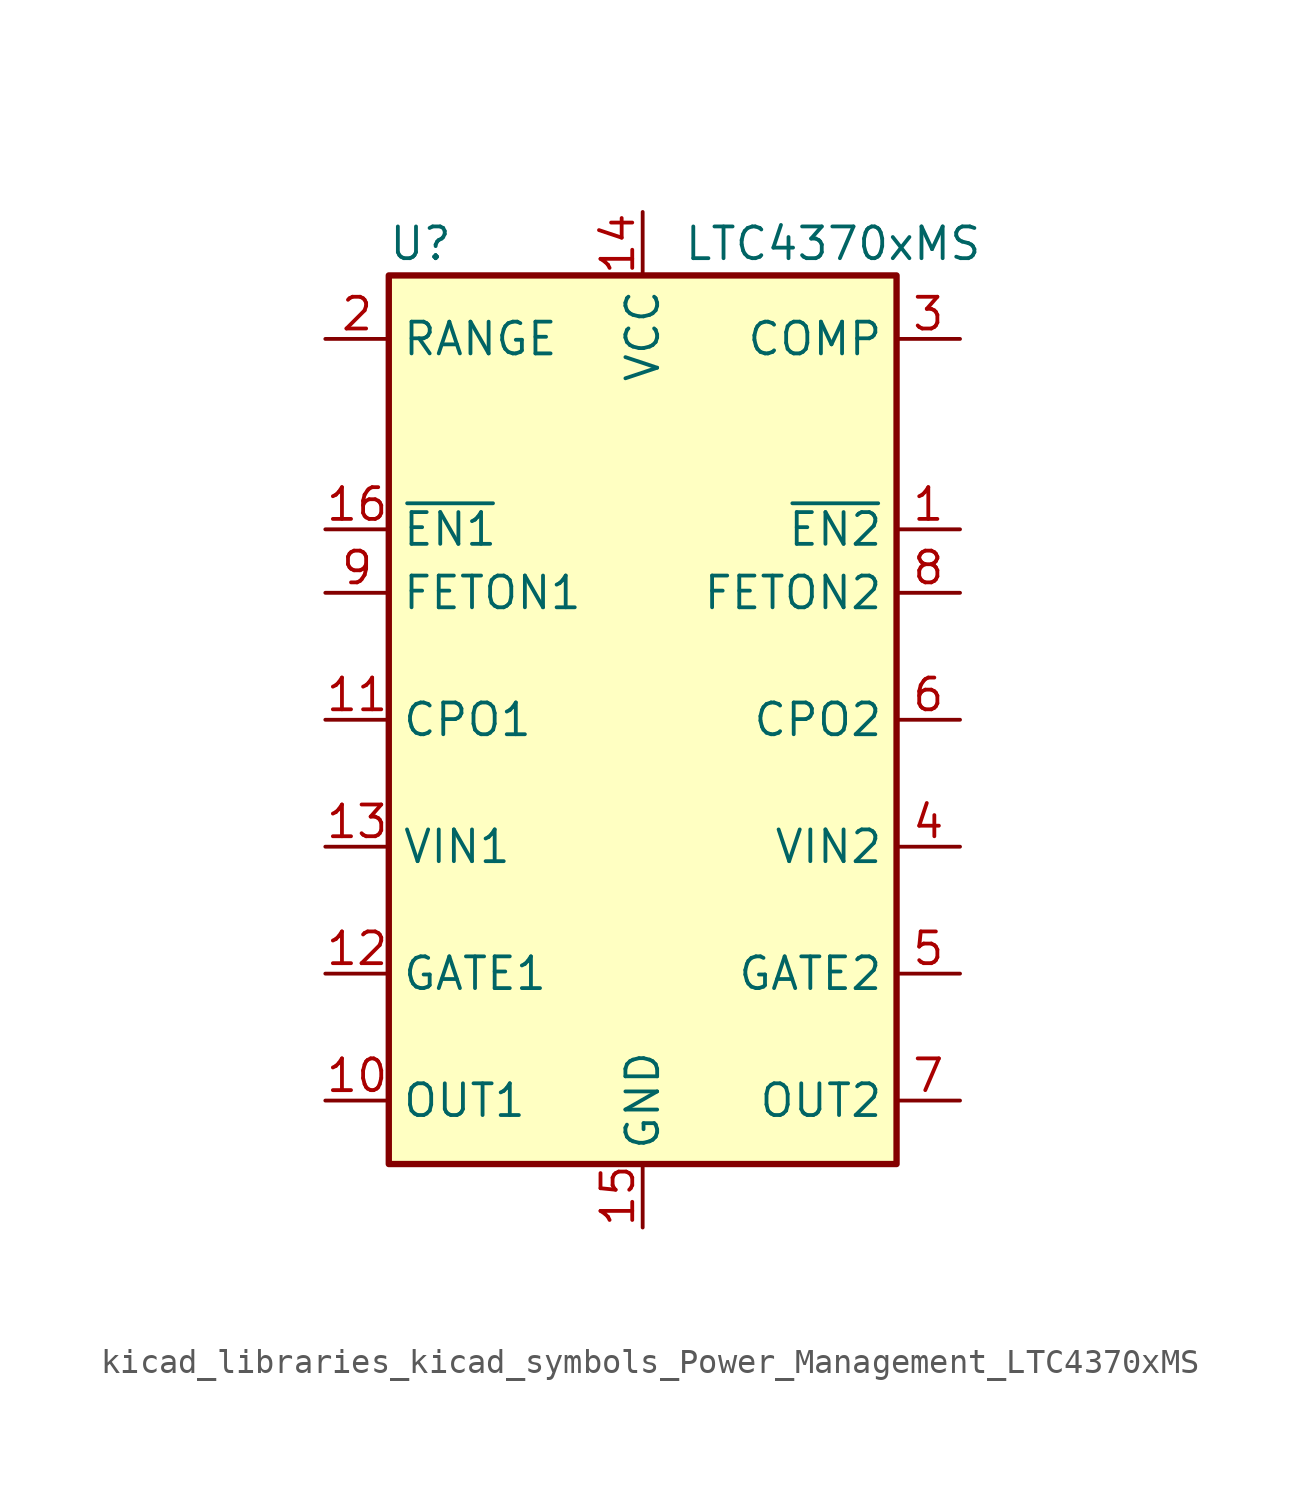
<source format=kicad_sym>
(kicad_symbol_lib
  (version 20220914)
  (generator kicad_symbol_editor)
  (symbol "kicad_libraries_kicad_symbols_Power_Management_LTC4370xMS"
    (property "Reference" "U"
      (at -8.89 19.05 0)
      (effects (font (size 1.27 1.27))))
    (property "Value" "LTC4370xMS"
      (at 7.62 19.05 0)
      (effects (font (size 1.27 1.27))))
    (symbol "kicad_libraries_kicad_symbols_Power_Management_LTC4370xMS_1_1"
      (rectangle (start -10.16 17.78) (end 10.16 -17.78) (stroke (width 0.254) (type default)) (fill (type background)))
      (pin input line (at 12.7 7.62 180) (length 2.54) (name "~{EN2}" (effects (font (size 1.27 1.27)))) (number "1" (effects (font (size 1.27 1.27)))))
      (pin input line (at -12.7 -15.24 0) (length 2.54) (name "OUT1" (effects (font (size 1.27 1.27)))) (number "10" (effects (font (size 1.27 1.27)))))
      (pin passive line (at -12.7 0 0) (length 2.54) (name "CPO1" (effects (font (size 1.27 1.27)))) (number "11" (effects (font (size 1.27 1.27)))))
      (pin output line (at -12.7 -10.16 0) (length 2.54) (name "GATE1" (effects (font (size 1.27 1.27)))) (number "12" (effects (font (size 1.27 1.27)))))
      (pin power_in line (at -12.7 -5.08 0) (length 2.54) (name "VIN1" (effects (font (size 1.27 1.27)))) (number "13" (effects (font (size 1.27 1.27)))))
      (pin power_in line (at 0 20.32 270) (length 2.54) (name "VCC" (effects (font (size 1.27 1.27)))) (number "14" (effects (font (size 1.27 1.27)))))
      (pin power_in line (at 0 -20.32 90) (length 2.54) (name "GND" (effects (font (size 1.27 1.27)))) (number "15" (effects (font (size 1.27 1.27)))))
      (pin input line (at -12.7 7.62 0) (length 2.54) (name "~{EN1}" (effects (font (size 1.27 1.27)))) (number "16" (effects (font (size 1.27 1.27)))))
      (pin passive line (at -12.7 15.24 0) (length 2.54) (name "RANGE" (effects (font (size 1.27 1.27)))) (number "2" (effects (font (size 1.27 1.27)))))
      (pin passive line (at 12.7 15.24 180) (length 2.54) (name "COMP" (effects (font (size 1.27 1.27)))) (number "3" (effects (font (size 1.27 1.27)))))
      (pin power_in line (at 12.7 -5.08 180) (length 2.54) (name "VIN2" (effects (font (size 1.27 1.27)))) (number "4" (effects (font (size 1.27 1.27)))))
      (pin output line (at 12.7 -10.16 180) (length 2.54) (name "GATE2" (effects (font (size 1.27 1.27)))) (number "5" (effects (font (size 1.27 1.27)))))
      (pin passive line (at 12.7 0 180) (length 2.54) (name "CPO2" (effects (font (size 1.27 1.27)))) (number "6" (effects (font (size 1.27 1.27)))))
      (pin input line (at 12.7 -15.24 180) (length 2.54) (name "OUT2" (effects (font (size 1.27 1.27)))) (number "7" (effects (font (size 1.27 1.27)))))
      (pin open_collector line (at 12.7 5.08 180) (length 2.54) (name "FETON2" (effects (font (size 1.27 1.27)))) (number "8" (effects (font (size 1.27 1.27)))))
      (pin open_collector line (at -12.7 5.08 0) (length 2.54) (name "FETON1" (effects (font (size 1.27 1.27)))) (number "9" (effects (font (size 1.27 1.27))))))))
</source>
